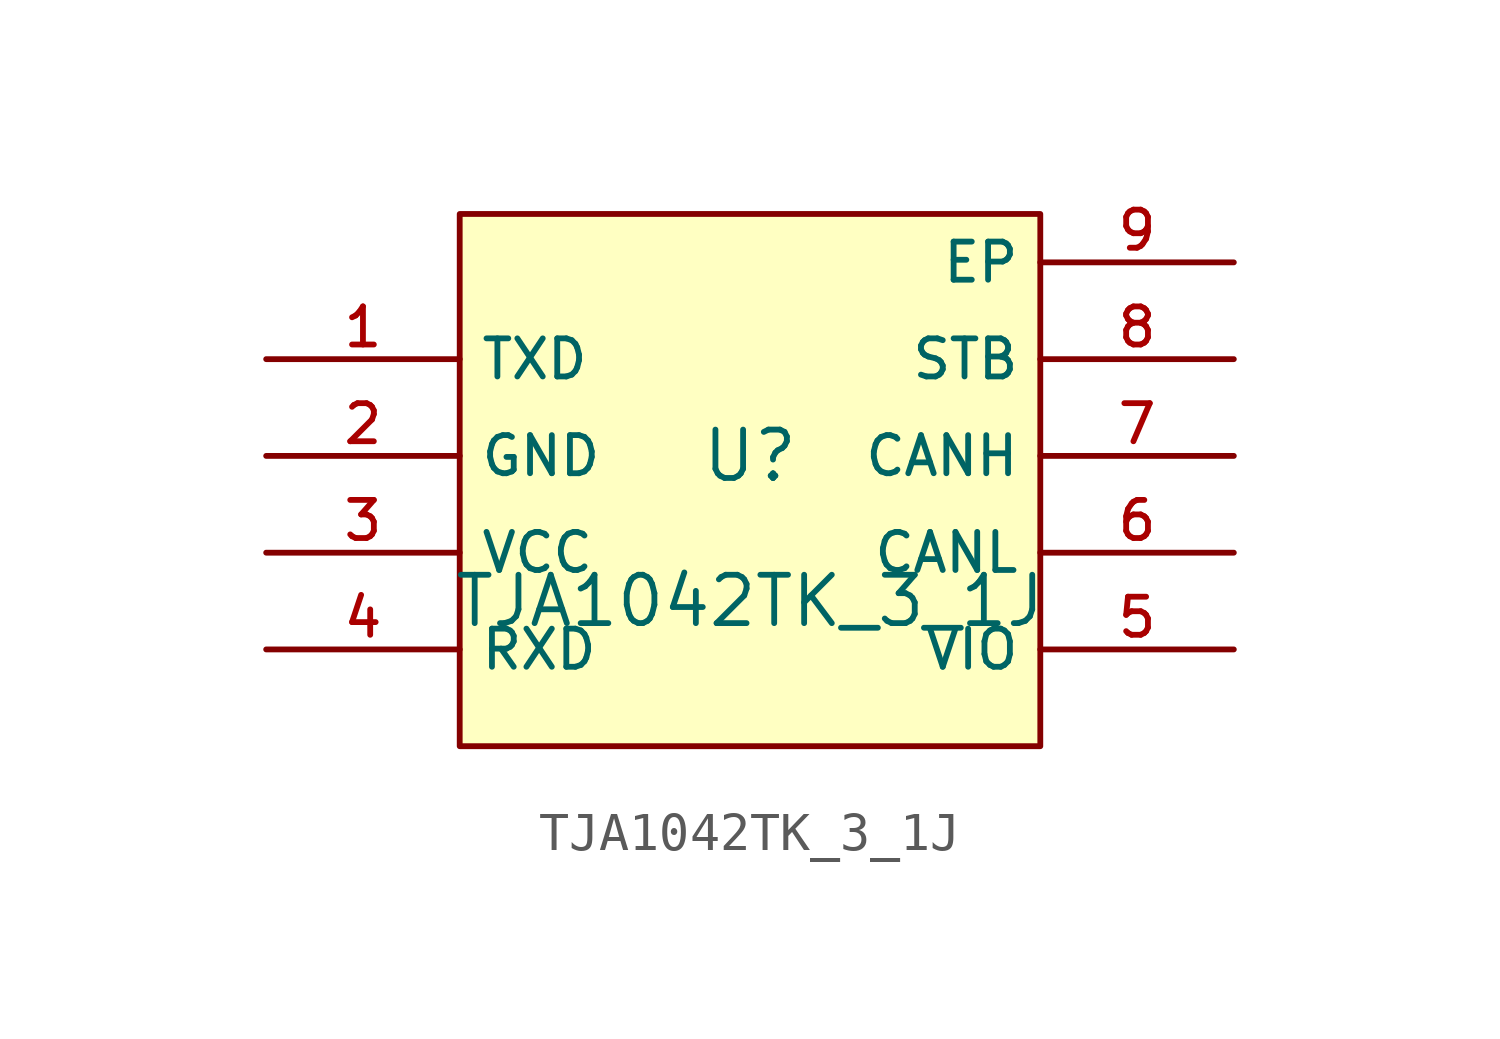
<source format=kicad_sym>
(kicad_symbol_lib
  (version 20210201)
  (generator TousstNicolas/JLC2KiCad_lib)
  (symbol "TJA1042TK_3_1J"
    (property "Reference" "U"
      (at 0 1.27 0)
      (effects (font (size 1.27 1.27))))
    (property "Value" "TJA1042TK_3_1J"
      (at 0 -2.54 0)
      (effects (font (size 1.27 1.27))))
    (symbol "TJA1042TK_3_1J_0_1"
      (pin unspecified line (at -12.7 3.81 0) (length 5.08) (name "TXD" (effects (font (size 1 1)))) (number "1" (effects (font (size 1 1)))))
      (pin unspecified line (at -12.7 1.27 0) (length 5.08) (name "GND" (effects (font (size 1 1)))) (number "2" (effects (font (size 1 1)))))
      (pin unspecified line (at -12.7 -1.27 0) (length 5.08) (name "VCC" (effects (font (size 1 1)))) (number "3" (effects (font (size 1 1)))))
      (pin unspecified line (at -12.7 -3.81 0) (length 5.08) (name "RXD" (effects (font (size 1 1)))) (number "4" (effects (font (size 1 1)))))
      (pin unspecified line (at 12.7 -3.81 180) (length 5.08) (name "VIO" (effects (font (size 1 1)))) (number "5" (effects (font (size 1 1)))))
      (pin unspecified line (at 12.7 -1.27 180) (length 5.08) (name "CANL" (effects (font (size 1 1)))) (number "6" (effects (font (size 1 1)))))
      (pin unspecified line (at 12.7 1.27 180) (length 5.08) (name "CANH" (effects (font (size 1 1)))) (number "7" (effects (font (size 1 1)))))
      (pin unspecified line (at 12.7 3.81 180) (length 5.08) (name "STB" (effects (font (size 1 1)))) (number "8" (effects (font (size 1 1)))))
      (rectangle (start -7.62 7.62) (end 7.62 -6.35) (stroke (width 0) (type default) (color 0 0 0 0)) (fill (type background)))
      (pin unspecified line (at 12.7 6.35 180) (length 5.08) (name "EP" (effects (font (size 1 1)))) (number "9" (effects (font (size 1 1))))))))
</source>
